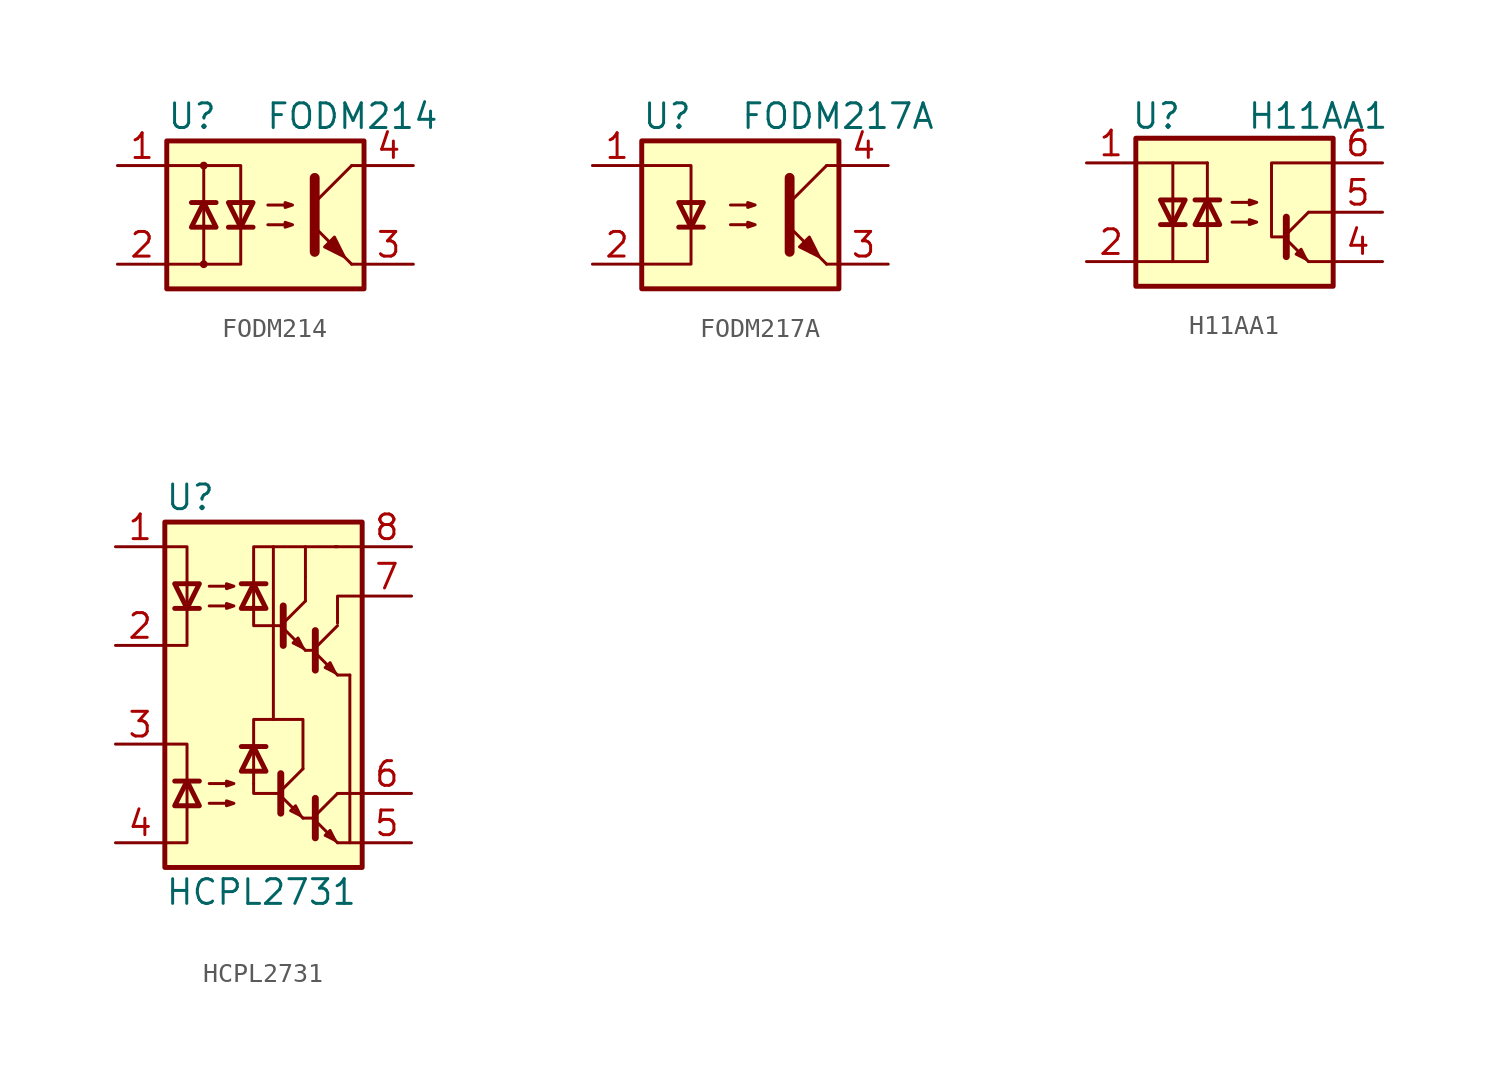
<source format=kicad_sym>
(kicad_symbol_lib
  (version 20241209)
  (generator "kicad_symbol_editor")
  (generator_version "9.0")
  (symbol "FODM214"
    (property "Reference" "U"
      (at -5.08 5.08 0)
      (effects (font (size 1.27 1.27)) (justify left)))
    (property "Value" "FODM214"
      (at 0 5.08 0)
      (effects (font (size 1.27 1.27)) (justify left)))
    (symbol "FODM214_0_1"
      (rectangle (start -5.08 3.81) (end 5.08 -3.81) (stroke (width 0.254) (type default)) (fill (type background)))
      (polyline (pts (xy -5.08 2.54) (xy -1.27 2.54) (xy -1.27 -0.635)) (stroke (width 0) (type default)) (fill (type none)))
      (polyline (pts (xy -3.81 0.635) (xy -2.54 0.635)) (stroke (width 0.254) (type default)) (fill (type none)))
      (circle (center -3.175 2.54) (radius 0.127) (stroke (width 0) (type default)) (fill (type none)))
      (polyline (pts (xy -3.175 0.635) (xy -3.81 -0.635) (xy -2.54 -0.635) (xy -3.175 0.635)) (stroke (width 0.254) (type default)) (fill (type none)))
      (polyline (pts (xy -3.175 -0.635) (xy -3.175 2.54)) (stroke (width 0) (type default)) (fill (type none)))
      (polyline (pts (xy -3.175 -0.635) (xy -3.175 -2.54)) (stroke (width 0) (type default)) (fill (type none)))
      (circle (center -3.175 -2.54) (radius 0.127) (stroke (width 0) (type default)) (fill (type none)))
      (polyline (pts (xy -1.905 -0.635) (xy -0.635 -0.635)) (stroke (width 0.254) (type default)) (fill (type none)))
      (polyline (pts (xy -1.27 -0.635) (xy -1.27 -2.54) (xy -5.08 -2.54)) (stroke (width 0) (type default)) (fill (type none)))
      (polyline (pts (xy -1.27 -0.635) (xy -1.905 0.635) (xy -0.635 0.635) (xy -1.27 -0.635)) (stroke (width 0.254) (type default)) (fill (type none)))
      (polyline (pts (xy 0.127 0.508) (xy 1.397 0.508) (xy 1.016 0.381) (xy 1.016 0.635) (xy 1.397 0.508)) (stroke (width 0) (type default)) (fill (type none)))
      (polyline (pts (xy 0.127 -0.508) (xy 1.397 -0.508) (xy 1.016 -0.635) (xy 1.016 -0.381) (xy 1.397 -0.508)) (stroke (width 0) (type default)) (fill (type none)))
      (polyline (pts (xy 2.54 1.905) (xy 2.54 -1.905) (xy 2.54 -1.905)) (stroke (width 0.508) (type default)) (fill (type none)))
      (polyline (pts (xy 2.54 0.635) (xy 4.445 2.54)) (stroke (width 0) (type default)) (fill (type none)))
      (polyline (pts (xy 3.048 -1.651) (xy 3.556 -1.143) (xy 4.064 -2.159) (xy 3.048 -1.651) (xy 3.048 -1.651)) (stroke (width 0) (type default)) (fill (type outline)))
      (polyline (pts (xy 4.445 2.54) (xy 5.08 2.54)) (stroke (width 0) (type default)) (fill (type none)))
      (polyline (pts (xy 4.445 -2.54) (xy 2.54 -0.635)) (stroke (width 0) (type default)) (fill (type outline)))
      (polyline (pts (xy 4.445 -2.54) (xy 5.08 -2.54)) (stroke (width 0) (type default)) (fill (type none))))
    (symbol "FODM214_1_1"
      (pin passive line (at -7.62 2.54 0) (length 2.54) (name "~" (effects (font (size 1.27 1.27)))) (number "1" (effects (font (size 1.27 1.27)))))
      (pin passive line (at -7.62 -2.54 0) (length 2.54) (name "~" (effects (font (size 1.27 1.27)))) (number "2" (effects (font (size 1.27 1.27)))))
      (pin passive line (at 7.62 2.54 180) (length 2.54) (name "~" (effects (font (size 1.27 1.27)))) (number "4" (effects (font (size 1.27 1.27)))))
      (pin passive line (at 7.62 -2.54 180) (length 2.54) (name "~" (effects (font (size 1.27 1.27)))) (number "3" (effects (font (size 1.27 1.27)))))))
  (symbol "FODM217A"
    (property "Reference" "U"
      (at -5.08 5.08 0)
      (effects (font (size 1.27 1.27)) (justify left)))
    (property "Value" "FODM217A"
      (at 0 5.08 0)
      (effects (font (size 1.27 1.27)) (justify left)))
    (symbol "FODM217A_0_1"
      (rectangle (start -5.08 3.81) (end 5.08 -3.81) (stroke (width 0.254) (type default)) (fill (type background)))
      (polyline (pts (xy -5.08 2.54) (xy -2.54 2.54) (xy -2.54 -0.635)) (stroke (width 0) (type default)) (fill (type none)))
      (polyline (pts (xy -3.175 -0.635) (xy -1.905 -0.635)) (stroke (width 0.254) (type default)) (fill (type none)))
      (polyline (pts (xy -2.54 -0.635) (xy -2.54 -2.54) (xy -5.08 -2.54)) (stroke (width 0) (type default)) (fill (type none)))
      (polyline (pts (xy -2.54 -0.635) (xy -3.175 0.635) (xy -1.905 0.635) (xy -2.54 -0.635)) (stroke (width 0.254) (type default)) (fill (type none)))
      (polyline (pts (xy -0.508 0.508) (xy 0.762 0.508) (xy 0.381 0.381) (xy 0.381 0.635) (xy 0.762 0.508)) (stroke (width 0) (type default)) (fill (type none)))
      (polyline (pts (xy -0.508 -0.508) (xy 0.762 -0.508) (xy 0.381 -0.635) (xy 0.381 -0.381) (xy 0.762 -0.508)) (stroke (width 0) (type default)) (fill (type none)))
      (polyline (pts (xy 2.54 1.905) (xy 2.54 -1.905) (xy 2.54 -1.905)) (stroke (width 0.508) (type default)) (fill (type none)))
      (polyline (pts (xy 2.54 0.635) (xy 4.445 2.54)) (stroke (width 0) (type default)) (fill (type none)))
      (polyline (pts (xy 3.048 -1.651) (xy 3.556 -1.143) (xy 4.064 -2.159) (xy 3.048 -1.651) (xy 3.048 -1.651)) (stroke (width 0) (type default)) (fill (type outline)))
      (polyline (pts (xy 4.445 2.54) (xy 5.08 2.54)) (stroke (width 0) (type default)) (fill (type none)))
      (polyline (pts (xy 4.445 -2.54) (xy 2.54 -0.635)) (stroke (width 0) (type default)) (fill (type outline)))
      (polyline (pts (xy 4.445 -2.54) (xy 5.08 -2.54)) (stroke (width 0) (type default)) (fill (type none))))
    (symbol "FODM217A_1_1"
      (pin passive line (at -7.62 2.54 0) (length 2.54) (name "~" (effects (font (size 1.27 1.27)))) (number "1" (effects (font (size 1.27 1.27)))))
      (pin passive line (at -7.62 -2.54 0) (length 2.54) (name "~" (effects (font (size 1.27 1.27)))) (number "2" (effects (font (size 1.27 1.27)))))
      (pin passive line (at 7.62 2.54 180) (length 2.54) (name "~" (effects (font (size 1.27 1.27)))) (number "4" (effects (font (size 1.27 1.27)))))
      (pin passive line (at 7.62 -2.54 180) (length 2.54) (name "~" (effects (font (size 1.27 1.27)))) (number "3" (effects (font (size 1.27 1.27)))))))
  (symbol "H11AA1"
    (property "Reference" "U"
      (at -5.334 4.953 0)
      (effects (font (size 1.27 1.27)) (justify left)))
    (property "Value" "H11AA1"
      (at 0.635 4.953 0)
      (effects (font (size 1.27 1.27)) (justify left)))
    (symbol "H11AA1_0_1"
      (polyline (pts (xy -2.032 0.635) (xy -0.762 0.635)) (stroke (width 0.254) (type default)) (fill (type none)))
      (polyline (pts (xy -1.397 2.54) (xy -3.175 2.54)) (stroke (width 0.152) (type default)) (fill (type none)))
      (polyline (pts (xy -1.397 0.635) (xy -1.397 2.54)) (stroke (width 0) (type default)) (fill (type none)))
      (polyline (pts (xy -1.397 0.635) (xy -1.397 -0.635)) (stroke (width 0) (type default)) (fill (type none)))
      (polyline (pts (xy -1.397 0.635) (xy -2.032 -0.635) (xy -0.762 -0.635) (xy -1.397 0.635)) (stroke (width 0.254) (type default)) (fill (type none)))
      (polyline (pts (xy -1.397 -0.635) (xy -1.397 -2.54)) (stroke (width 0) (type default)) (fill (type none)))
      (polyline (pts (xy -1.397 -2.54) (xy -3.175 -2.54)) (stroke (width 0.152) (type default)) (fill (type none))))
    (symbol "H11AA1_1_1"
      (rectangle (start -5.08 3.81) (end 5.08 -3.81) (stroke (width 0.254) (type default)) (fill (type background)))
      (polyline (pts (xy -5.08 -2.54) (xy -3.175 -2.54) (xy -3.175 2.54) (xy -5.08 2.54)) (stroke (width 0) (type default)) (fill (type none)))
      (polyline (pts (xy -3.81 -0.635) (xy -2.54 -0.635)) (stroke (width 0.254) (type default)) (fill (type none)))
      (polyline (pts (xy -3.175 -0.635) (xy -3.81 0.635) (xy -2.54 0.635) (xy -3.175 -0.635)) (stroke (width 0.254) (type default)) (fill (type none)))
      (polyline (pts (xy -0.127 0.508) (xy 1.143 0.508) (xy 0.762 0.381) (xy 0.762 0.635) (xy 1.143 0.508)) (stroke (width 0) (type default)) (fill (type none)))
      (polyline (pts (xy -0.127 -0.508) (xy 1.143 -0.508) (xy 0.762 -0.635) (xy 0.762 -0.381) (xy 1.143 -0.508)) (stroke (width 0) (type default)) (fill (type none)))
      (polyline (pts (xy 2.667 -0.254) (xy 2.667 -2.286) (xy 2.667 -2.286)) (stroke (width 0.356) (type default)) (fill (type none)))
      (polyline (pts (xy 2.667 -1.143) (xy 3.81 0)) (stroke (width 0) (type default)) (fill (type none)))
      (polyline (pts (xy 2.667 -1.397) (xy 3.81 -2.54)) (stroke (width 0) (type default)) (fill (type none)))
      (polyline (pts (xy 3.683 -2.413) (xy 3.429 -1.905) (xy 3.175 -2.159) (xy 3.683 -2.413)) (stroke (width 0) (type default)) (fill (type none)))
      (polyline (pts (xy 3.81 0) (xy 5.08 0)) (stroke (width 0) (type default)) (fill (type none)))
      (polyline (pts (xy 3.81 -2.54) (xy 5.08 -2.54)) (stroke (width 0) (type default)) (fill (type none)))
      (polyline (pts (xy 5.08 2.54) (xy 1.905 2.54) (xy 1.905 -1.27) (xy 2.54 -1.27)) (stroke (width 0) (type default)) (fill (type none)))
      (pin passive line (at -7.62 2.54 0) (length 2.54) (name "~" (effects (font (size 1.27 1.27)))) (number "1" (effects (font (size 1.27 1.27)))))
      (pin passive line (at -7.62 -2.54 0) (length 2.54) (name "~" (effects (font (size 1.27 1.27)))) (number "2" (effects (font (size 1.27 1.27)))))
      (pin no_connect line (at -5.08 0 0) (length 2.54) (hide yes) (name "NC" (effects (font (size 1.27 1.27)))) (number "3" (effects (font (size 1.27 1.27)))))
      (pin passive line (at 7.62 2.54 180) (length 2.54) (name "~" (effects (font (size 1.27 1.27)))) (number "6" (effects (font (size 1.27 1.27)))))
      (pin passive line (at 7.62 0 180) (length 2.54) (name "~" (effects (font (size 1.27 1.27)))) (number "5" (effects (font (size 1.27 1.27)))))
      (pin passive line (at 7.62 -2.54 180) (length 2.54) (name "~" (effects (font (size 1.27 1.27)))) (number "4" (effects (font (size 1.27 1.27)))))))
  (symbol "HCPL2731"
    (pin_names
      (offset 0.762)
      (hide yes))
    (property "Reference" "U"
      (at -5.08 10.16 0)
      (effects (font (size 1.27 1.27)) (justify left)))
    (property "Value" "HCPL2731"
      (at -5.08 -10.16 0)
      (effects (font (size 1.27 1.27)) (justify left)))
    (symbol "HCPL2731_0_1"
      (rectangle (start -5.08 8.89) (end 5.08 -8.89) (stroke (width 0.254) (type default)) (fill (type background)))
      (polyline (pts (xy -5.08 7.62) (xy -3.937 7.62) (xy -3.937 2.54) (xy -5.08 2.54)) (stroke (width 0) (type default)) (fill (type none)))
      (polyline (pts (xy -5.08 -2.54) (xy -3.937 -2.54) (xy -3.937 -7.62) (xy -5.08 -7.62)) (stroke (width 0) (type default)) (fill (type none)))
      (polyline (pts (xy -4.572 4.445) (xy -3.302 4.445)) (stroke (width 0.254) (type default)) (fill (type none)))
      (polyline (pts (xy -4.572 -4.445) (xy -3.302 -4.445)) (stroke (width 0.254) (type default)) (fill (type none)))
      (polyline (pts (xy -3.937 4.445) (xy -4.572 5.715) (xy -3.302 5.715) (xy -3.937 4.445)) (stroke (width 0.254) (type default)) (fill (type none)))
      (polyline (pts (xy -3.937 -4.445) (xy -4.572 -5.715) (xy -3.302 -5.715) (xy -3.937 -4.445)) (stroke (width 0.254) (type default)) (fill (type none)))
      (polyline (pts (xy -2.794 5.588) (xy -1.524 5.588) (xy -1.905 5.461) (xy -1.905 5.715) (xy -1.524 5.588)) (stroke (width 0) (type default)) (fill (type none)))
      (polyline (pts (xy -2.794 4.572) (xy -1.524 4.572) (xy -1.905 4.445) (xy -1.905 4.699) (xy -1.524 4.572)) (stroke (width 0) (type default)) (fill (type none)))
      (polyline (pts (xy -2.794 -4.572) (xy -1.524 -4.572) (xy -1.905 -4.699) (xy -1.905 -4.445) (xy -1.524 -4.572)) (stroke (width 0) (type default)) (fill (type none)))
      (polyline (pts (xy -2.794 -5.588) (xy -1.524 -5.588) (xy -1.905 -5.715) (xy -1.905 -5.461) (xy -1.524 -5.588)) (stroke (width 0) (type default)) (fill (type none)))
      (polyline (pts (xy -0.508 5.715) (xy 0.127 4.445) (xy -1.143 4.445) (xy -0.508 5.715)) (stroke (width 0.254) (type default)) (fill (type none)))
      (polyline (pts (xy -0.508 4.572) (xy -0.508 3.556) (xy 1.016 3.556)) (stroke (width 0) (type default)) (fill (type none)))
      (polyline (pts (xy -0.508 4.445) (xy -0.508 7.62) (xy 3.81 7.62)) (stroke (width 0) (type default)) (fill (type none)))
      (polyline (pts (xy -0.508 -2.667) (xy 0.127 -3.937) (xy -1.143 -3.937) (xy -0.508 -2.667)) (stroke (width 0.254) (type default)) (fill (type none)))
      (polyline (pts (xy -0.508 -3.937) (xy -0.508 -1.27) (xy 0.508 -1.27) (xy 0.508 7.62)) (stroke (width 0) (type default)) (fill (type none)))
      (polyline (pts (xy -0.508 -4.572) (xy -0.508 -3.937)) (stroke (width 0) (type default)) (fill (type none)))
      (polyline (pts (xy -0.508 -4.572) (xy -0.508 -5.08) (xy 0.762 -5.08)) (stroke (width 0) (type default)) (fill (type none)))
      (polyline (pts (xy 0.127 5.715) (xy -1.143 5.715)) (stroke (width 0.254) (type default)) (fill (type none)))
      (polyline (pts (xy 0.127 -2.667) (xy -1.143 -2.667)) (stroke (width 0.254) (type default)) (fill (type none)))
      (polyline (pts (xy 0.508 -1.27) (xy 2.032 -1.27) (xy 2.032 -3.81)) (stroke (width 0) (type default)) (fill (type none)))
      (polyline (pts (xy 0.889 -4.064) (xy 0.889 -6.096) (xy 0.889 -6.096)) (stroke (width 0.356) (type default)) (fill (type none)))
      (polyline (pts (xy 0.889 -4.953) (xy 2.032 -3.81)) (stroke (width 0) (type default)) (fill (type none)))
      (polyline (pts (xy 0.889 -5.207) (xy 2.032 -6.35)) (stroke (width 0) (type default)) (fill (type none)))
      (polyline (pts (xy 1.016 4.572) (xy 1.016 2.54) (xy 1.016 2.54)) (stroke (width 0.356) (type default)) (fill (type none)))
      (polyline (pts (xy 1.016 3.683) (xy 2.159 4.826)) (stroke (width 0) (type default)) (fill (type none)))
      (polyline (pts (xy 1.016 3.429) (xy 2.159 2.286)) (stroke (width 0) (type default)) (fill (type none)))
      (polyline (pts (xy 1.905 -6.223) (xy 1.651 -5.715) (xy 1.397 -5.969) (xy 1.905 -6.223)) (stroke (width 0) (type default)) (fill (type none)))
      (polyline (pts (xy 2.032 2.413) (xy 1.778 2.921) (xy 1.524 2.667) (xy 2.032 2.413)) (stroke (width 0) (type default)) (fill (type none)))
      (polyline (pts (xy 2.032 -6.35) (xy 2.54 -6.35)) (stroke (width 0) (type default)) (fill (type none)))
      (polyline (pts (xy 2.159 6.096) (xy 2.159 7.62)) (stroke (width 0) (type default)) (fill (type none)))
      (polyline (pts (xy 2.159 4.826) (xy 2.159 6.096)) (stroke (width 0) (type default)) (fill (type none)))
      (polyline (pts (xy 2.159 2.286) (xy 2.667 2.286)) (stroke (width 0) (type default)) (fill (type none)))
      (polyline (pts (xy 2.667 3.302) (xy 2.667 1.27) (xy 2.667 1.27)) (stroke (width 0.356) (type default)) (fill (type none)))
      (polyline (pts (xy 2.667 2.413) (xy 3.81 3.556)) (stroke (width 0) (type default)) (fill (type none)))
      (polyline (pts (xy 2.667 2.159) (xy 3.81 1.016)) (stroke (width 0) (type default)) (fill (type none)))
      (polyline (pts (xy 2.667 -5.334) (xy 2.667 -7.366) (xy 2.667 -7.366)) (stroke (width 0.356) (type default)) (fill (type none)))
      (polyline (pts (xy 2.667 -6.223) (xy 3.81 -5.08)) (stroke (width 0) (type default)) (fill (type none)))
      (polyline (pts (xy 2.667 -6.477) (xy 3.81 -7.62)) (stroke (width 0) (type default)) (fill (type none)))
      (polyline (pts (xy 3.683 7.62) (xy 5.08 7.62)) (stroke (width 0) (type default)) (fill (type none)))
      (polyline (pts (xy 3.683 1.143) (xy 3.429 1.651) (xy 3.175 1.397) (xy 3.683 1.143)) (stroke (width 0) (type default)) (fill (type none)))
      (polyline (pts (xy 3.683 -7.493) (xy 3.429 -6.985) (xy 3.175 -7.239) (xy 3.683 -7.493)) (stroke (width 0) (type default)) (fill (type none)))
      (polyline (pts (xy 3.81 3.683) (xy 3.81 5.08) (xy 5.08 5.08)) (stroke (width 0) (type default)) (fill (type none)))
      (polyline (pts (xy 3.81 1.016) (xy 4.445 1.016)) (stroke (width 0) (type default)) (fill (type none)))
      (polyline (pts (xy 3.81 -5.08) (xy 5.08 -5.08)) (stroke (width 0) (type default)) (fill (type none)))
      (polyline (pts (xy 3.81 -7.62) (xy 5.08 -7.62)) (stroke (width 0) (type default)) (fill (type none)))
      (polyline (pts (xy 4.445 -7.62) (xy 4.445 1.016)) (stroke (width 0) (type default)) (fill (type none))))
    (symbol "HCPL2731_1_1"
      (pin passive line (at -7.62 7.62 0) (length 2.54) (name "A1" (effects (font (size 1.27 1.27)))) (number "1" (effects (font (size 1.27 1.27)))))
      (pin passive line (at -7.62 2.54 0) (length 2.54) (name "C1" (effects (font (size 1.27 1.27)))) (number "2" (effects (font (size 1.27 1.27)))))
      (pin passive line (at -7.62 -2.54 0) (length 2.54) (name "C2" (effects (font (size 1.27 1.27)))) (number "3" (effects (font (size 1.27 1.27)))))
      (pin passive line (at -7.62 -7.62 0) (length 2.54) (name "A2" (effects (font (size 1.27 1.27)))) (number "4" (effects (font (size 1.27 1.27)))))
      (pin passive line (at 7.62 7.62 180) (length 2.54) (name "VCC" (effects (font (size 1.27 1.27)))) (number "8" (effects (font (size 1.27 1.27)))))
      (pin passive line (at 7.62 5.08 180) (length 2.54) (name "VO1" (effects (font (size 1.27 1.27)))) (number "7" (effects (font (size 1.27 1.27)))))
      (pin passive line (at 7.62 -5.08 180) (length 2.54) (name "VO2" (effects (font (size 1.27 1.27)))) (number "6" (effects (font (size 1.27 1.27)))))
      (pin passive line (at 7.62 -7.62 180) (length 2.54) (name "GND" (effects (font (size 1.27 1.27)))) (number "5" (effects (font (size 1.27 1.27))))))))
</source>
